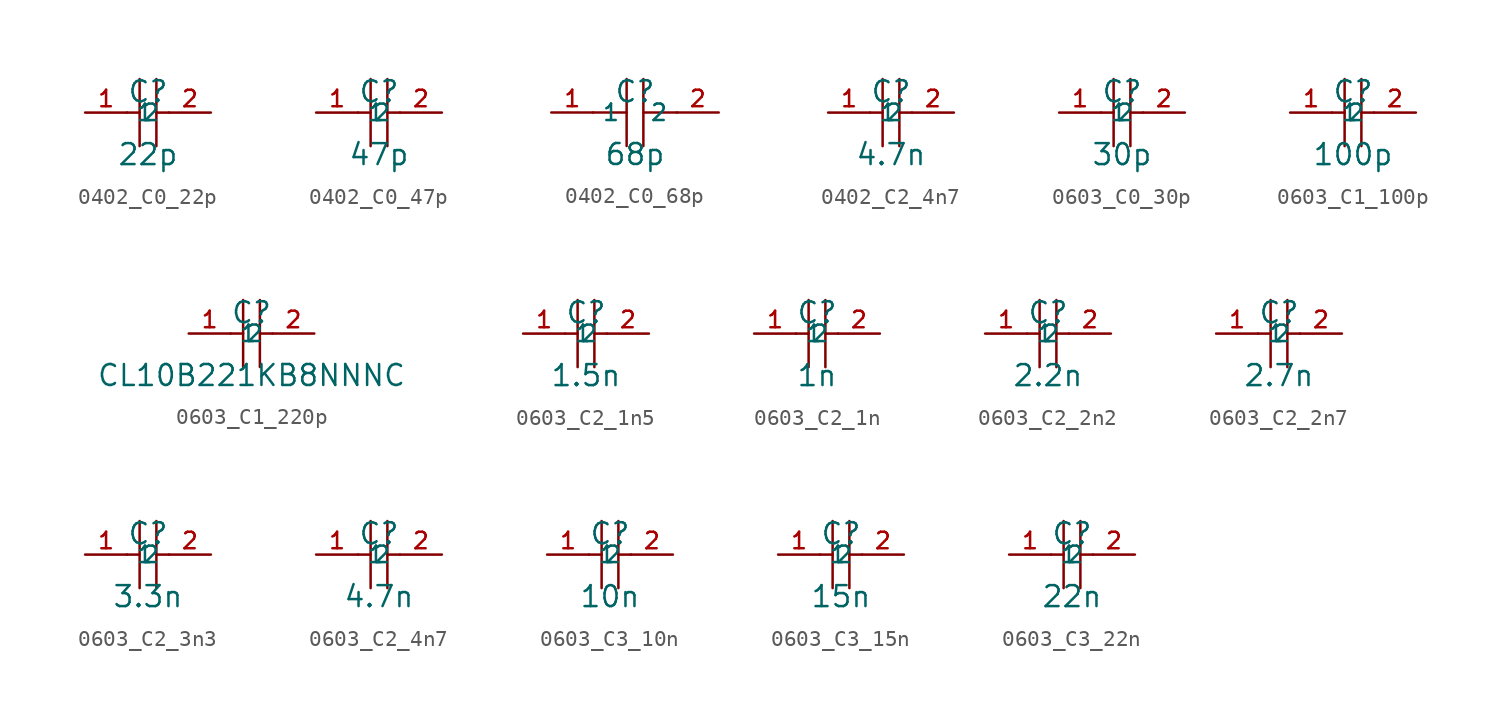
<source format=kicad_sym>
(kicad_symbol_lib
  (version 20241209)
  (generator "kicad_symbol_editor")
  (generator_version "9.0")
  (symbol "0402_C0_22p"
    (property "Reference" "C"
      (at 0 1.27 0)
      (effects (font (size 1.27 1.27))))
    (property "Value" "22p"
      (at 0 -2.54 0)
      (effects (font (size 1.27 1.27))))
    (symbol "0402_C0_22p_0_1"
      (polyline (pts (xy -1.27 0) (xy -0.508 0)) (stroke (width 0) (type default)) (fill (type none)))
      (polyline (pts (xy -0.508 2.032) (xy -0.508 -2.032)) (stroke (width 0) (type default)) (fill (type none)))
      (polyline (pts (xy 0.508 2.032) (xy 0.508 -2.032)) (stroke (width 0) (type default)) (fill (type none)))
      (polyline (pts (xy 0.508 0) (xy 1.27 0)) (stroke (width 0) (type default)) (fill (type none)))
      (pin input line (at -3.81 0 0) (length 2.54) (name "1" (effects (font (size 1 1)))) (number "1" (effects (font (size 1 1)))))
      (pin input line (at 3.81 0 180) (length 2.54) (name "2" (effects (font (size 1 1)))) (number "2" (effects (font (size 1 1)))))))
  (symbol "0402_C0_47p"
    (property "Reference" "C"
      (at 0 1.27 0)
      (effects (font (size 1.27 1.27))))
    (property "Value" "47p"
      (at 0 -2.54 0)
      (effects (font (size 1.27 1.27))))
    (symbol "0402_C0_47p_0_1"
      (polyline (pts (xy -1.27 0) (xy -0.508 0)) (stroke (width 0) (type default)) (fill (type none)))
      (polyline (pts (xy -0.508 2.032) (xy -0.508 -2.032)) (stroke (width 0) (type default)) (fill (type none)))
      (polyline (pts (xy 0.508 2.032) (xy 0.508 -2.032)) (stroke (width 0) (type default)) (fill (type none)))
      (polyline (pts (xy 0.508 0) (xy 1.27 0)) (stroke (width 0) (type default)) (fill (type none)))
      (pin input line (at -3.81 0 0) (length 2.54) (name "1" (effects (font (size 1 1)))) (number "1" (effects (font (size 1 1)))))
      (pin input line (at 3.81 0 180) (length 2.54) (name "2" (effects (font (size 1 1)))) (number "2" (effects (font (size 1 1)))))))
  (symbol "0402_C0_68p"
    (property "Reference" "C"
      (at 0 1.27 0)
      (effects (font (size 1.27 1.27))))
    (property "Value" "68p"
      (at 0 -2.54 0)
      (effects (font (size 1.27 1.27))))
    (symbol "0402_C0_68p_0_1"
      (polyline (pts (xy -0.508 0) (xy -2.54 0)) (stroke (width 0) (type default)) (fill (type none)))
      (polyline (pts (xy -0.508 -2.032) (xy -0.508 2.032)) (stroke (width 0) (type default)) (fill (type none)))
      (polyline (pts (xy 0.508 2.032) (xy 0.508 -2.032)) (stroke (width 0) (type default)) (fill (type none)))
      (polyline (pts (xy 2.54 0) (xy 0.508 0)) (stroke (width 0) (type default)) (fill (type none)))
      (pin unspecified line (at -5.08 0 0) (length 2.54) (name "1" (effects (font (size 1 1)))) (number "1" (effects (font (size 1 1)))))
      (pin unspecified line (at 5.08 0 180) (length 2.54) (name "2" (effects (font (size 1 1)))) (number "2" (effects (font (size 1 1)))))))
  (symbol "0402_C2_4n7"
    (property "Reference" "C"
      (at 0 1.27 0)
      (effects (font (size 1.27 1.27))))
    (property "Value" "4.7n"
      (at 0 -2.54 0)
      (effects (font (size 1.27 1.27))))
    (symbol "0402_C2_4n7_0_1"
      (polyline (pts (xy -1.27 0) (xy -0.508 0)) (stroke (width 0) (type default)) (fill (type none)))
      (polyline (pts (xy -0.508 2.032) (xy -0.508 -2.032)) (stroke (width 0) (type default)) (fill (type none)))
      (polyline (pts (xy 0.508 2.032) (xy 0.508 -2.032)) (stroke (width 0) (type default)) (fill (type none)))
      (polyline (pts (xy 0.508 0) (xy 1.27 0)) (stroke (width 0) (type default)) (fill (type none)))
      (pin input line (at -3.81 0 0) (length 2.54) (name "1" (effects (font (size 1 1)))) (number "1" (effects (font (size 1 1)))))
      (pin input line (at 3.81 0 180) (length 2.54) (name "2" (effects (font (size 1 1)))) (number "2" (effects (font (size 1 1)))))))
  (symbol "0603_C0_30p"
    (property "Reference" "C"
      (at 0 1.27 0)
      (effects (font (size 1.27 1.27))))
    (property "Value" "30p"
      (at 0 -2.54 0)
      (effects (font (size 1.27 1.27))))
    (symbol "0603_C0_30p_0_1"
      (polyline (pts (xy -1.27 0) (xy -0.508 0)) (stroke (width 0) (type default)) (fill (type none)))
      (polyline (pts (xy -0.508 2.032) (xy -0.508 -2.032)) (stroke (width 0) (type default)) (fill (type none)))
      (polyline (pts (xy 0.508 2.032) (xy 0.508 -2.032)) (stroke (width 0) (type default)) (fill (type none)))
      (polyline (pts (xy 0.508 0) (xy 1.27 0)) (stroke (width 0) (type default)) (fill (type none)))
      (pin passive line (at -3.81 0 0) (length 2.54) (name "1" (effects (font (size 1 1)))) (number "1" (effects (font (size 1 1)))))
      (pin passive line (at 3.81 0 180) (length 2.54) (name "2" (effects (font (size 1 1)))) (number "2" (effects (font (size 1 1)))))))
  (symbol "0603_C1_100p"
    (property "Reference" "C"
      (at 0 1.27 0)
      (effects (font (size 1.27 1.27))))
    (property "Value" "100p"
      (at 0 -2.54 0)
      (effects (font (size 1.27 1.27))))
    (symbol "0603_C1_100p_0_1"
      (polyline (pts (xy -1.27 0) (xy -0.508 0)) (stroke (width 0) (type default)) (fill (type none)))
      (polyline (pts (xy -0.508 2.032) (xy -0.508 -2.032)) (stroke (width 0) (type default)) (fill (type none)))
      (polyline (pts (xy 0.508 2.032) (xy 0.508 -2.032)) (stroke (width 0) (type default)) (fill (type none)))
      (polyline (pts (xy 0.508 0) (xy 1.27 0)) (stroke (width 0) (type default)) (fill (type none)))
      (pin passive line (at -3.81 0 0) (length 2.54) (name "1" (effects (font (size 1 1)))) (number "1" (effects (font (size 1 1)))))
      (pin passive line (at 3.81 0 180) (length 2.54) (name "2" (effects (font (size 1 1)))) (number "2" (effects (font (size 1 1)))))))
  (symbol "0603_C1_220p"
    (property "Reference" "C"
      (at 0 1.27 0)
      (effects (font (size 1.27 1.27))))
    (property "Value" "CL10B221KB8NNNC"
      (at 0 -2.54 0)
      (effects (font (size 1.27 1.27))))
    (symbol "0603_C1_220p_0_1"
      (polyline (pts (xy -1.27 0) (xy -0.508 0)) (stroke (width 0) (type default)) (fill (type none)))
      (polyline (pts (xy -0.508 2.032) (xy -0.508 -2.032)) (stroke (width 0) (type default)) (fill (type none)))
      (polyline (pts (xy 0.508 2.032) (xy 0.508 -2.032)) (stroke (width 0) (type default)) (fill (type none)))
      (polyline (pts (xy 0.508 0) (xy 1.27 0)) (stroke (width 0) (type default)) (fill (type none)))
      (pin input line (at -3.81 0 0) (length 2.54) (name "1" (effects (font (size 1 1)))) (number "1" (effects (font (size 1 1)))))
      (pin input line (at 3.81 0 180) (length 2.54) (name "2" (effects (font (size 1 1)))) (number "2" (effects (font (size 1 1)))))))
  (symbol "0603_C2_1n5"
    (property "Reference" "C"
      (at 0 1.27 0)
      (effects (font (size 1.27 1.27))))
    (property "Value" "1.5n"
      (at 0 -2.54 0)
      (effects (font (size 1.27 1.27))))
    (symbol "0603_C2_1n5_0_1"
      (polyline (pts (xy -1.27 0) (xy -0.508 0)) (stroke (width 0) (type default)) (fill (type none)))
      (polyline (pts (xy -0.508 2.032) (xy -0.508 -2.032)) (stroke (width 0) (type default)) (fill (type none)))
      (polyline (pts (xy 0.508 2.032) (xy 0.508 -2.032)) (stroke (width 0) (type default)) (fill (type none)))
      (polyline (pts (xy 0.508 0) (xy 1.27 0)) (stroke (width 0) (type default)) (fill (type none)))
      (pin input line (at -3.81 0 0) (length 2.54) (name "1" (effects (font (size 1 1)))) (number "1" (effects (font (size 1 1)))))
      (pin input line (at 3.81 0 180) (length 2.54) (name "2" (effects (font (size 1 1)))) (number "2" (effects (font (size 1 1)))))))
  (symbol "0603_C2_1n"
    (property "Reference" "C"
      (at 0 1.27 0)
      (effects (font (size 1.27 1.27))))
    (property "Value" "1n"
      (at 0 -2.54 0)
      (effects (font (size 1.27 1.27))))
    (symbol "0603_C2_1n_0_1"
      (polyline (pts (xy -1.27 0) (xy -0.508 0)) (stroke (width 0) (type default)) (fill (type none)))
      (polyline (pts (xy -0.508 2.032) (xy -0.508 -2.032)) (stroke (width 0) (type default)) (fill (type none)))
      (polyline (pts (xy 0.508 2.032) (xy 0.508 -2.032)) (stroke (width 0) (type default)) (fill (type none)))
      (polyline (pts (xy 0.508 0) (xy 1.27 0)) (stroke (width 0) (type default)) (fill (type none)))
      (pin passive line (at -3.81 0 0) (length 2.54) (name "1" (effects (font (size 1 1)))) (number "1" (effects (font (size 1 1)))))
      (pin passive line (at 3.81 0 180) (length 2.54) (name "2" (effects (font (size 1 1)))) (number "2" (effects (font (size 1 1)))))))
  (symbol "0603_C2_2n2"
    (property "Reference" "C"
      (at 0 1.27 0)
      (effects (font (size 1.27 1.27))))
    (property "Value" "2.2n"
      (at 0 -2.54 0)
      (effects (font (size 1.27 1.27))))
    (symbol "0603_C2_2n2_0_1"
      (polyline (pts (xy -1.27 0) (xy -0.508 0)) (stroke (width 0) (type default)) (fill (type none)))
      (polyline (pts (xy -0.508 2.032) (xy -0.508 -2.032)) (stroke (width 0) (type default)) (fill (type none)))
      (polyline (pts (xy 0.508 2.032) (xy 0.508 -2.032)) (stroke (width 0) (type default)) (fill (type none)))
      (polyline (pts (xy 0.508 0) (xy 1.27 0)) (stroke (width 0) (type default)) (fill (type none)))
      (pin input line (at -3.81 0 0) (length 2.54) (name "1" (effects (font (size 1 1)))) (number "1" (effects (font (size 1 1)))))
      (pin input line (at 3.81 0 180) (length 2.54) (name "2" (effects (font (size 1 1)))) (number "2" (effects (font (size 1 1)))))))
  (symbol "0603_C2_2n7"
    (property "Reference" "C"
      (at 0 1.27 0)
      (effects (font (size 1.27 1.27))))
    (property "Value" "2.7n"
      (at 0 -2.54 0)
      (effects (font (size 1.27 1.27))))
    (symbol "0603_C2_2n7_0_1"
      (polyline (pts (xy -1.27 0) (xy -0.508 0)) (stroke (width 0) (type default)) (fill (type none)))
      (polyline (pts (xy -0.508 2.032) (xy -0.508 -2.032)) (stroke (width 0) (type default)) (fill (type none)))
      (polyline (pts (xy 0.508 2.032) (xy 0.508 -2.032)) (stroke (width 0) (type default)) (fill (type none)))
      (polyline (pts (xy 0.508 0) (xy 1.27 0)) (stroke (width 0) (type default)) (fill (type none)))
      (pin input line (at -3.81 0 0) (length 2.54) (name "1" (effects (font (size 1 1)))) (number "1" (effects (font (size 1 1)))))
      (pin input line (at 3.81 0 180) (length 2.54) (name "2" (effects (font (size 1 1)))) (number "2" (effects (font (size 1 1)))))))
  (symbol "0603_C2_3n3"
    (property "Reference" "C"
      (at 0 1.27 0)
      (effects (font (size 1.27 1.27))))
    (property "Value" "3.3n"
      (at 0 -2.54 0)
      (effects (font (size 1.27 1.27))))
    (symbol "0603_C2_3n3_0_1"
      (polyline (pts (xy -1.27 0) (xy -0.508 0)) (stroke (width 0) (type default)) (fill (type none)))
      (polyline (pts (xy -0.508 2.032) (xy -0.508 -2.032)) (stroke (width 0) (type default)) (fill (type none)))
      (polyline (pts (xy 0.508 2.032) (xy 0.508 -2.032)) (stroke (width 0) (type default)) (fill (type none)))
      (polyline (pts (xy 0.508 0) (xy 1.27 0)) (stroke (width 0) (type default)) (fill (type none)))
      (pin passive line (at -3.81 0 0) (length 2.54) (name "1" (effects (font (size 1 1)))) (number "1" (effects (font (size 1 1)))))
      (pin passive line (at 3.81 0 180) (length 2.54) (name "2" (effects (font (size 1 1)))) (number "2" (effects (font (size 1 1)))))))
  (symbol "0603_C2_4n7"
    (property "Reference" "C"
      (at 0 1.27 0)
      (effects (font (size 1.27 1.27))))
    (property "Value" "4.7n"
      (at 0 -2.54 0)
      (effects (font (size 1.27 1.27))))
    (symbol "0603_C2_4n7_0_1"
      (polyline (pts (xy -1.27 0) (xy -0.508 0)) (stroke (width 0) (type default)) (fill (type none)))
      (polyline (pts (xy -0.508 2.032) (xy -0.508 -2.032)) (stroke (width 0) (type default)) (fill (type none)))
      (polyline (pts (xy 0.508 2.032) (xy 0.508 -2.032)) (stroke (width 0) (type default)) (fill (type none)))
      (polyline (pts (xy 0.508 0) (xy 1.27 0)) (stroke (width 0) (type default)) (fill (type none)))
      (pin input line (at -3.81 0 0) (length 2.54) (name "1" (effects (font (size 1 1)))) (number "1" (effects (font (size 1 1)))))
      (pin input line (at 3.81 0 180) (length 2.54) (name "2" (effects (font (size 1 1)))) (number "2" (effects (font (size 1 1)))))))
  (symbol "0603_C3_10n"
    (property "Reference" "C"
      (at 0 1.27 0)
      (effects (font (size 1.27 1.27))))
    (property "Value" "10n"
      (at 0 -2.54 0)
      (effects (font (size 1.27 1.27))))
    (symbol "0603_C3_10n_0_1"
      (polyline (pts (xy -1.27 0) (xy -0.508 0)) (stroke (width 0) (type default)) (fill (type none)))
      (polyline (pts (xy -0.508 2.032) (xy -0.508 -2.032)) (stroke (width 0) (type default)) (fill (type none)))
      (polyline (pts (xy 0.508 2.032) (xy 0.508 -2.032)) (stroke (width 0) (type default)) (fill (type none)))
      (polyline (pts (xy 0.508 0) (xy 1.27 0)) (stroke (width 0) (type default)) (fill (type none)))
      (pin passive line (at -3.81 0 0) (length 2.54) (name "1" (effects (font (size 1 1)))) (number "1" (effects (font (size 1 1)))))
      (pin passive line (at 3.81 0 180) (length 2.54) (name "2" (effects (font (size 1 1)))) (number "2" (effects (font (size 1 1)))))))
  (symbol "0603_C3_15n"
    (property "Reference" "C"
      (at 0 1.27 0)
      (effects (font (size 1.27 1.27))))
    (property "Value" "15n"
      (at 0 -2.54 0)
      (effects (font (size 1.27 1.27))))
    (symbol "0603_C3_15n_0_1"
      (polyline (pts (xy -1.27 0) (xy -0.508 0)) (stroke (width 0) (type default)) (fill (type none)))
      (polyline (pts (xy -0.508 2.032) (xy -0.508 -2.032)) (stroke (width 0) (type default)) (fill (type none)))
      (polyline (pts (xy 0.508 2.032) (xy 0.508 -2.032)) (stroke (width 0) (type default)) (fill (type none)))
      (polyline (pts (xy 0.508 0) (xy 1.27 0)) (stroke (width 0) (type default)) (fill (type none)))
      (pin input line (at -3.81 0 0) (length 2.54) (name "1" (effects (font (size 1 1)))) (number "1" (effects (font (size 1 1)))))
      (pin input line (at 3.81 0 180) (length 2.54) (name "2" (effects (font (size 1 1)))) (number "2" (effects (font (size 1 1)))))))
  (symbol "0603_C3_22n"
    (property "Reference" "C"
      (at 0 1.27 0)
      (effects (font (size 1.27 1.27))))
    (property "Value" "22n"
      (at 0 -2.54 0)
      (effects (font (size 1.27 1.27))))
    (symbol "0603_C3_22n_0_1"
      (polyline (pts (xy -1.27 0) (xy -0.508 0)) (stroke (width 0) (type default)) (fill (type none)))
      (polyline (pts (xy -0.508 2.032) (xy -0.508 -2.032)) (stroke (width 0) (type default)) (fill (type none)))
      (polyline (pts (xy 0.508 2.032) (xy 0.508 -2.032)) (stroke (width 0) (type default)) (fill (type none)))
      (polyline (pts (xy 0.508 0) (xy 1.27 0)) (stroke (width 0) (type default)) (fill (type none)))
      (pin passive line (at -3.81 0 0) (length 2.54) (name "1" (effects (font (size 1 1)))) (number "1" (effects (font (size 1 1)))))
      (pin passive line (at 3.81 0 180) (length 2.54) (name "2" (effects (font (size 1 1)))) (number "2" (effects (font (size 1 1))))))))
</source>
